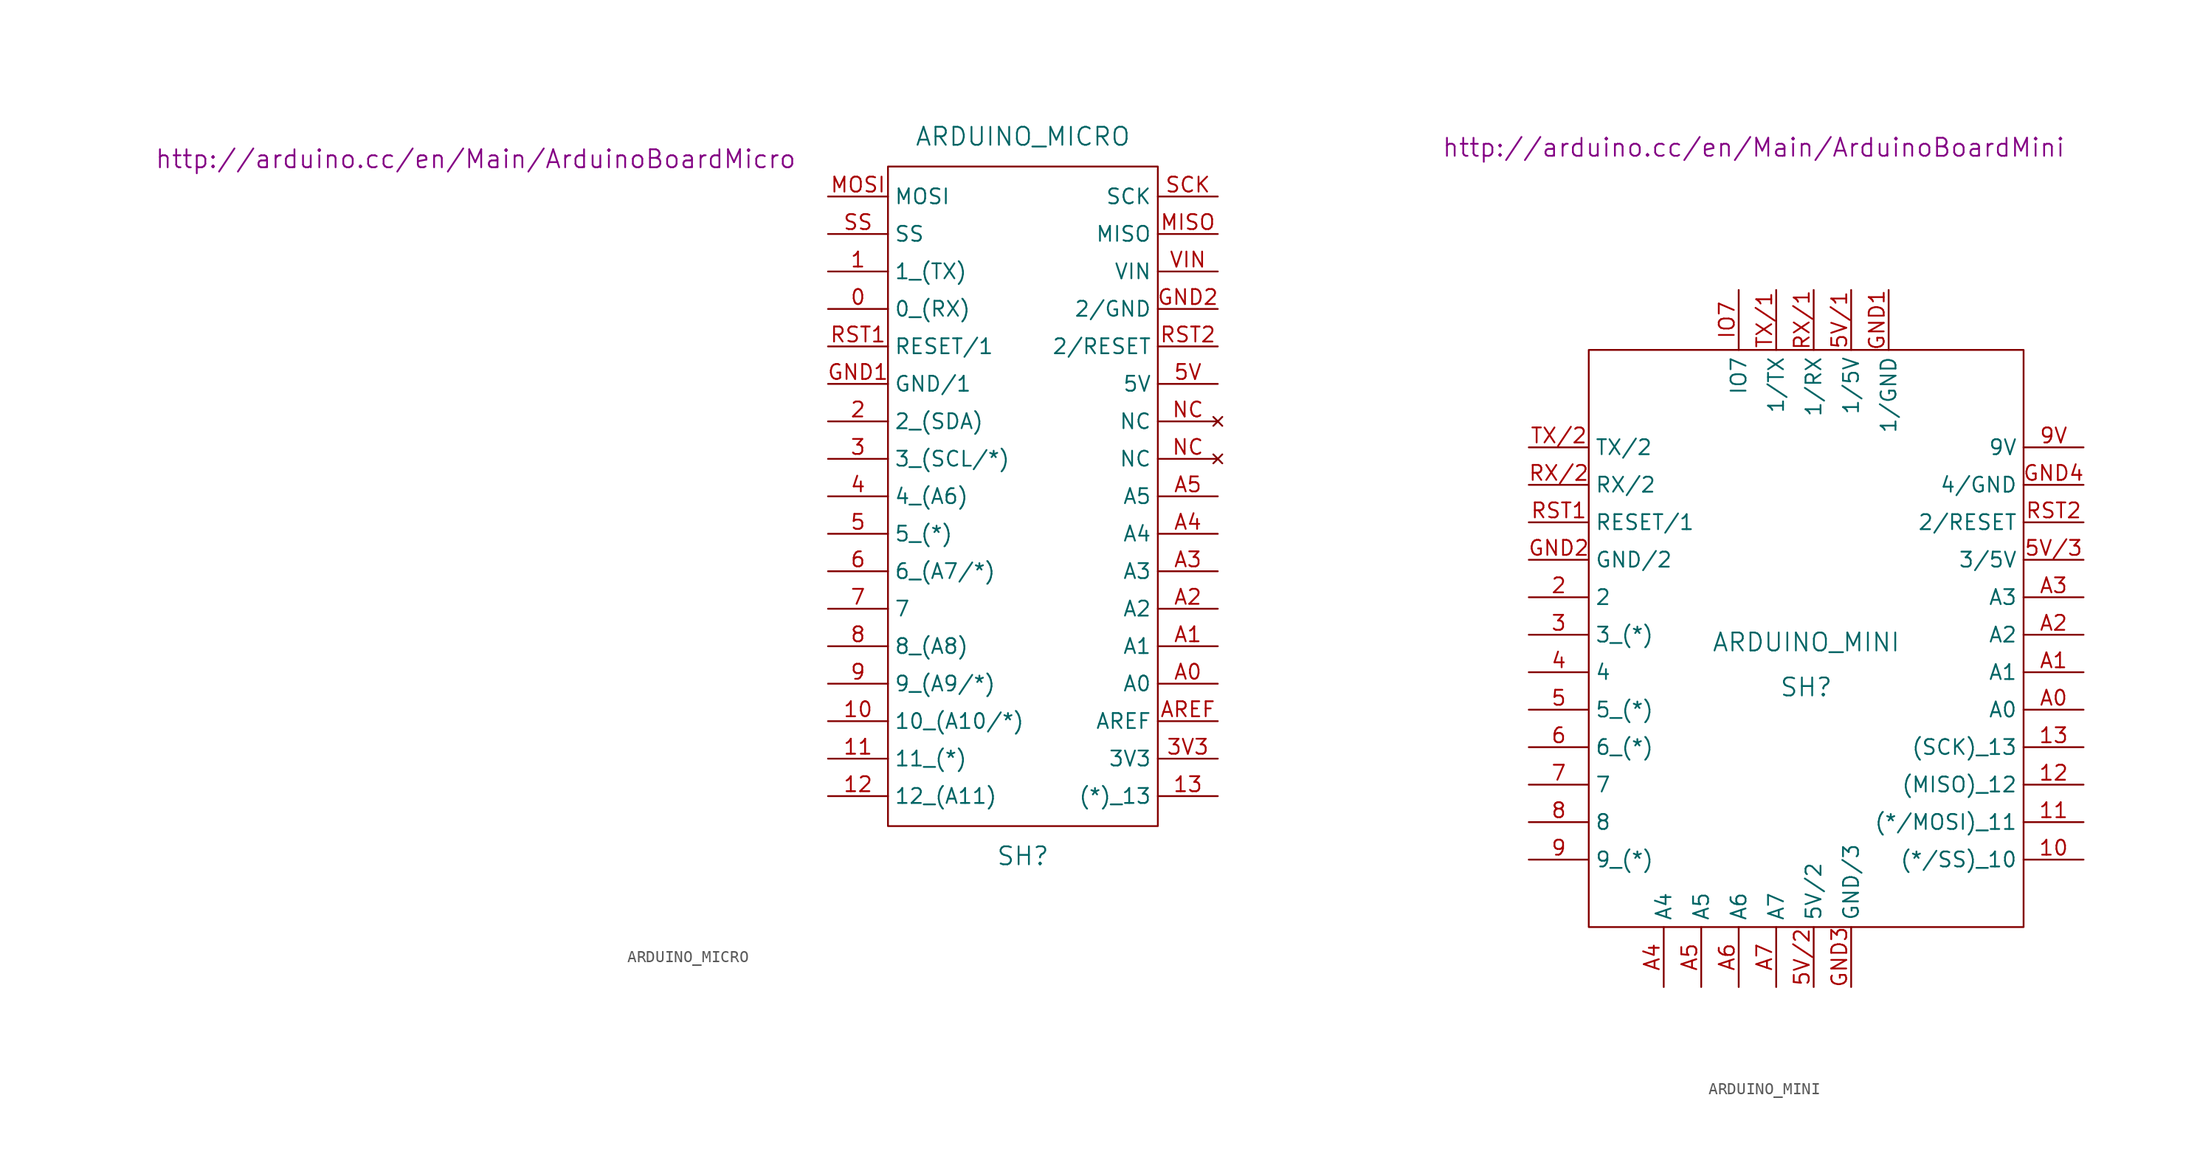
<source format=kicad_sym>
(kicad_symbol_lib
  (version 20201005)
  (generator kicad_symbol_editor)
  (symbol "Zimprich_neu:ARDUINO_MICRO"
    (property "Reference" "SH"
      (at 0 -30.48 0)
      (effects (font (size 1.524 1.524))))
    (property "Value" "ARDUINO_MICRO"
      (at 0 30.48 0)
      (effects (font (size 1.524 1.524))))
    (property "Footprint" ""
      (at -46.355 28.575 0)
      (effects (font (size 1.524 1.524))))
    (property "Datasheet" "http://arduino.cc/en/Main/ArduinoBoardMicro"
      (at -46.355 28.575 0)
      (effects (font (size 1.524 1.524))))
    (symbol "ARDUINO_MICRO_0_1"
      (rectangle (start -11.43 27.94) (end 11.43 -27.94) (stroke (width 0)) (fill (type none))))
    (symbol "ARDUINO_MICRO_1_1"
      (pin input line (at -16.51 15.875 0) (length 5.08) (name "0_(RX)" (effects (font (size 1.27 1.27)))) (number "0" (effects (font (size 1.27 1.27)))))
      (pin input line (at -16.51 19.05 0) (length 5.08) (name "1_(TX)" (effects (font (size 1.27 1.27)))) (number "1" (effects (font (size 1.27 1.27)))))
      (pin input line (at -16.51 -19.05 0) (length 5.08) (name "10_(A10/*)" (effects (font (size 1.27 1.27)))) (number "10" (effects (font (size 1.27 1.27)))))
      (pin input line (at -16.51 -22.225 0) (length 5.08) (name "11_(*)" (effects (font (size 1.27 1.27)))) (number "11" (effects (font (size 1.27 1.27)))))
      (pin input line (at -16.51 -25.4 0) (length 5.08) (name "12_(A11)" (effects (font (size 1.27 1.27)))) (number "12" (effects (font (size 1.27 1.27)))))
      (pin input line (at 16.51 -25.4 180) (length 5.08) (name "(*)_13" (effects (font (size 1.27 1.27)))) (number "13" (effects (font (size 1.27 1.27)))))
      (pin input line (at -16.51 6.35 0) (length 5.08) (name "2_(SDA)" (effects (font (size 1.27 1.27)))) (number "2" (effects (font (size 1.27 1.27)))))
      (pin input line (at -16.51 3.175 0) (length 5.08) (name "3_(SCL/*)" (effects (font (size 1.27 1.27)))) (number "3" (effects (font (size 1.27 1.27)))))
      (pin input line (at 16.51 -22.225 180) (length 5.08) (name "3V3" (effects (font (size 1.27 1.27)))) (number "3V3" (effects (font (size 1.27 1.27)))))
      (pin input line (at -16.51 0 0) (length 5.08) (name "4_(A6)" (effects (font (size 1.27 1.27)))) (number "4" (effects (font (size 1.27 1.27)))))
      (pin input line (at -16.51 -3.175 0) (length 5.08) (name "5_(*)" (effects (font (size 1.27 1.27)))) (number "5" (effects (font (size 1.27 1.27)))))
      (pin input line (at 16.51 9.525 180) (length 5.08) (name "5V" (effects (font (size 1.27 1.27)))) (number "5V" (effects (font (size 1.27 1.27)))))
      (pin input line (at -16.51 -6.35 0) (length 5.08) (name "6_(A7/*)" (effects (font (size 1.27 1.27)))) (number "6" (effects (font (size 1.27 1.27)))))
      (pin input line (at -16.51 -9.525 0) (length 5.08) (name "7" (effects (font (size 1.27 1.27)))) (number "7" (effects (font (size 1.27 1.27)))))
      (pin input line (at -16.51 -12.7 0) (length 5.08) (name "8_(A8)" (effects (font (size 1.27 1.27)))) (number "8" (effects (font (size 1.27 1.27)))))
      (pin input line (at -16.51 -15.875 0) (length 5.08) (name "9_(A9/*)" (effects (font (size 1.27 1.27)))) (number "9" (effects (font (size 1.27 1.27)))))
      (pin input line (at 16.51 -15.875 180) (length 5.08) (name "A0" (effects (font (size 1.27 1.27)))) (number "A0" (effects (font (size 1.27 1.27)))))
      (pin input line (at 16.51 -12.7 180) (length 5.08) (name "A1" (effects (font (size 1.27 1.27)))) (number "A1" (effects (font (size 1.27 1.27)))))
      (pin input line (at 16.51 -9.525 180) (length 5.08) (name "A2" (effects (font (size 1.27 1.27)))) (number "A2" (effects (font (size 1.27 1.27)))))
      (pin input line (at 16.51 -6.35 180) (length 5.08) (name "A3" (effects (font (size 1.27 1.27)))) (number "A3" (effects (font (size 1.27 1.27)))))
      (pin input line (at 16.51 -3.175 180) (length 5.08) (name "A4" (effects (font (size 1.27 1.27)))) (number "A4" (effects (font (size 1.27 1.27)))))
      (pin input line (at 16.51 0 180) (length 5.08) (name "A5" (effects (font (size 1.27 1.27)))) (number "A5" (effects (font (size 1.27 1.27)))))
      (pin input line (at 16.51 -19.05 180) (length 5.08) (name "AREF" (effects (font (size 1.27 1.27)))) (number "AREF" (effects (font (size 1.27 1.27)))))
      (pin input line (at -16.51 9.525 0) (length 5.08) (name "GND/1" (effects (font (size 1.27 1.27)))) (number "GND1" (effects (font (size 1.27 1.27)))))
      (pin input line (at 16.51 15.875 180) (length 5.08) (name "2/GND" (effects (font (size 1.27 1.27)))) (number "GND2" (effects (font (size 1.27 1.27)))))
      (pin input line (at 16.51 22.225 180) (length 5.08) (name "MISO" (effects (font (size 1.27 1.27)))) (number "MISO" (effects (font (size 1.27 1.27)))))
      (pin input line (at -16.51 25.4 0) (length 5.08) (name "MOSI" (effects (font (size 1.27 1.27)))) (number "MOSI" (effects (font (size 1.27 1.27)))))
      (pin unconnected line (at 16.51 3.175 180) (length 5.08) (name "NC" (effects (font (size 1.27 1.27)))) (number "NC" (effects (font (size 1.27 1.27)))))
      (pin unconnected line (at 16.51 6.35 180) (length 5.08) (name "NC" (effects (font (size 1.27 1.27)))) (number "NC" (effects (font (size 1.27 1.27)))))
      (pin input line (at -16.51 12.7 0) (length 5.08) (name "RESET/1" (effects (font (size 1.27 1.27)))) (number "RST1" (effects (font (size 1.27 1.27)))))
      (pin input line (at 16.51 12.7 180) (length 5.08) (name "2/RESET" (effects (font (size 1.27 1.27)))) (number "RST2" (effects (font (size 1.27 1.27)))))
      (pin input line (at 16.51 25.4 180) (length 5.08) (name "SCK" (effects (font (size 1.27 1.27)))) (number "SCK" (effects (font (size 1.27 1.27)))))
      (pin input line (at -16.51 22.225 0) (length 5.08) (name "SS" (effects (font (size 1.27 1.27)))) (number "SS" (effects (font (size 1.27 1.27)))))
      (pin input line (at 16.51 19.05 180) (length 5.08) (name "VIN" (effects (font (size 1.27 1.27)))) (number "VIN" (effects (font (size 1.27 1.27)))))))
  (symbol "Zimprich_neu:ARDUINO_MINI"
    (property "Reference" "SH"
      (at 0 -3.175 0)
      (effects (font (size 1.524 1.524))))
    (property "Value" "ARDUINO_MINI"
      (at 0 0.635 0)
      (effects (font (size 1.524 1.524))))
    (property "Footprint" ""
      (at -4.445 42.545 0)
      (effects (font (size 1.524 1.524))))
    (property "Datasheet" "http://arduino.cc/en/Main/ArduinoBoardMini"
      (at -4.445 42.545 0)
      (effects (font (size 1.524 1.524))))
    (symbol "ARDUINO_MINI_0_1"
      (rectangle (start -18.415 25.4) (end 18.415 -23.495) (stroke (width 0)) (fill (type none))))
    (symbol "ARDUINO_MINI_1_1"
      (pin input line (at 23.495 -17.78 180) (length 5.08) (name "(*/SS)_10" (effects (font (size 1.27 1.27)))) (number "10" (effects (font (size 1.27 1.27)))))
      (pin input line (at 23.495 -14.605 180) (length 5.08) (name "(*/MOSI)_11" (effects (font (size 1.27 1.27)))) (number "11" (effects (font (size 1.27 1.27)))))
      (pin input line (at 23.495 -11.43 180) (length 5.08) (name "(MISO)_12" (effects (font (size 1.27 1.27)))) (number "12" (effects (font (size 1.27 1.27)))))
      (pin input line (at 23.495 -8.255 180) (length 5.08) (name "(SCK)_13" (effects (font (size 1.27 1.27)))) (number "13" (effects (font (size 1.27 1.27)))))
      (pin input line (at -23.495 4.445 0) (length 5.08) (name "2" (effects (font (size 1.27 1.27)))) (number "2" (effects (font (size 1.27 1.27)))))
      (pin input line (at -23.495 1.27 0) (length 5.08) (name "3_(*)" (effects (font (size 1.27 1.27)))) (number "3" (effects (font (size 1.27 1.27)))))
      (pin input line (at -23.495 -1.905 0) (length 5.08) (name "4" (effects (font (size 1.27 1.27)))) (number "4" (effects (font (size 1.27 1.27)))))
      (pin input line (at -23.495 -5.08 0) (length 5.08) (name "5_(*)" (effects (font (size 1.27 1.27)))) (number "5" (effects (font (size 1.27 1.27)))))
      (pin input line (at 3.81 30.48 270) (length 5.08) (name "1/5V" (effects (font (size 1.27 1.27)))) (number "5V/1" (effects (font (size 1.27 1.27)))))
      (pin input line (at 0.635 -28.575 90) (length 5.08) (name "5V/2" (effects (font (size 1.27 1.27)))) (number "5V/2" (effects (font (size 1.27 1.27)))))
      (pin input line (at 23.495 7.62 180) (length 5.08) (name "3/5V" (effects (font (size 1.27 1.27)))) (number "5V/3" (effects (font (size 1.27 1.27)))))
      (pin input line (at -23.495 -8.255 0) (length 5.08) (name "6_(*)" (effects (font (size 1.27 1.27)))) (number "6" (effects (font (size 1.27 1.27)))))
      (pin input line (at -23.495 -11.43 0) (length 5.08) (name "7" (effects (font (size 1.27 1.27)))) (number "7" (effects (font (size 1.27 1.27)))))
      (pin input line (at -23.495 -14.605 0) (length 5.08) (name "8" (effects (font (size 1.27 1.27)))) (number "8" (effects (font (size 1.27 1.27)))))
      (pin input line (at -23.495 -17.78 0) (length 5.08) (name "9_(*)" (effects (font (size 1.27 1.27)))) (number "9" (effects (font (size 1.27 1.27)))))
      (pin input line (at 23.495 17.145 180) (length 5.08) (name "9V" (effects (font (size 1.27 1.27)))) (number "9V" (effects (font (size 1.27 1.27)))))
      (pin input line (at 23.495 -5.08 180) (length 5.08) (name "A0" (effects (font (size 1.27 1.27)))) (number "A0" (effects (font (size 1.27 1.27)))))
      (pin input line (at 23.495 -1.905 180) (length 5.08) (name "A1" (effects (font (size 1.27 1.27)))) (number "A1" (effects (font (size 1.27 1.27)))))
      (pin input line (at 23.495 1.27 180) (length 5.08) (name "A2" (effects (font (size 1.27 1.27)))) (number "A2" (effects (font (size 1.27 1.27)))))
      (pin input line (at 23.495 4.445 180) (length 5.08) (name "A3" (effects (font (size 1.27 1.27)))) (number "A3" (effects (font (size 1.27 1.27)))))
      (pin input line (at -12.065 -28.575 90) (length 5.08) (name "A4" (effects (font (size 1.27 1.27)))) (number "A4" (effects (font (size 1.27 1.27)))))
      (pin input line (at -8.89 -28.575 90) (length 5.08) (name "A5" (effects (font (size 1.27 1.27)))) (number "A5" (effects (font (size 1.27 1.27)))))
      (pin input line (at -5.715 -28.575 90) (length 5.08) (name "A6" (effects (font (size 1.27 1.27)))) (number "A6" (effects (font (size 1.27 1.27)))))
      (pin input line (at -2.54 -28.575 90) (length 5.08) (name "A7" (effects (font (size 1.27 1.27)))) (number "A7" (effects (font (size 1.27 1.27)))))
      (pin input line (at 6.985 30.48 270) (length 5.08) (name "1/GND" (effects (font (size 1.27 1.27)))) (number "GND1" (effects (font (size 1.27 1.27)))))
      (pin input line (at -23.495 7.62 0) (length 5.08) (name "GND/2" (effects (font (size 1.27 1.27)))) (number "GND2" (effects (font (size 1.27 1.27)))))
      (pin input line (at 3.81 -28.575 90) (length 5.08) (name "GND/3" (effects (font (size 1.27 1.27)))) (number "GND3" (effects (font (size 1.27 1.27)))))
      (pin input line (at 23.495 13.97 180) (length 5.08) (name "4/GND" (effects (font (size 1.27 1.27)))) (number "GND4" (effects (font (size 1.27 1.27)))))
      (pin input line (at -5.715 30.48 270) (length 5.08) (name "IO7" (effects (font (size 1.27 1.27)))) (number "IO7" (effects (font (size 1.27 1.27)))))
      (pin input line (at -23.495 10.795 0) (length 5.08) (name "RESET/1" (effects (font (size 1.27 1.27)))) (number "RST1" (effects (font (size 1.27 1.27)))))
      (pin input line (at 23.495 10.795 180) (length 5.08) (name "2/RESET" (effects (font (size 1.27 1.27)))) (number "RST2" (effects (font (size 1.27 1.27)))))
      (pin input line (at 0.635 30.48 270) (length 5.08) (name "1/RX" (effects (font (size 1.27 1.27)))) (number "RX/1" (effects (font (size 1.27 1.27)))))
      (pin input line (at -23.495 13.97 0) (length 5.08) (name "RX/2" (effects (font (size 1.27 1.27)))) (number "RX/2" (effects (font (size 1.27 1.27)))))
      (pin input line (at -2.54 30.48 270) (length 5.08) (name "1/TX" (effects (font (size 1.27 1.27)))) (number "TX/1" (effects (font (size 1.27 1.27)))))
      (pin input line (at -23.495 17.145 0) (length 5.08) (name "TX/2" (effects (font (size 1.27 1.27)))) (number "TX/2" (effects (font (size 1.27 1.27))))))))
</source>
